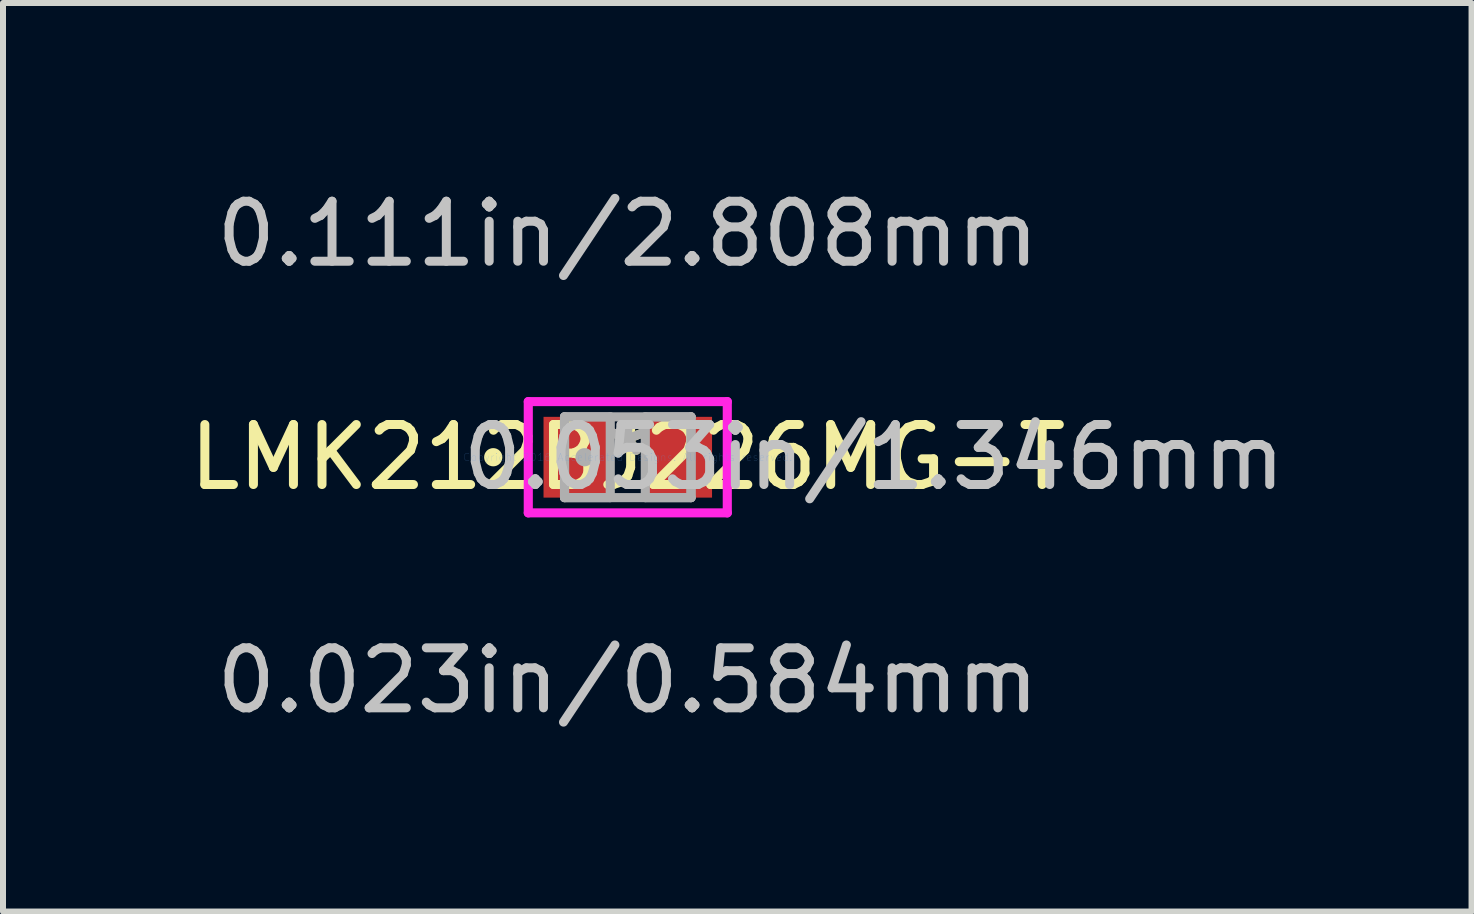
<source format=kicad_pcb>
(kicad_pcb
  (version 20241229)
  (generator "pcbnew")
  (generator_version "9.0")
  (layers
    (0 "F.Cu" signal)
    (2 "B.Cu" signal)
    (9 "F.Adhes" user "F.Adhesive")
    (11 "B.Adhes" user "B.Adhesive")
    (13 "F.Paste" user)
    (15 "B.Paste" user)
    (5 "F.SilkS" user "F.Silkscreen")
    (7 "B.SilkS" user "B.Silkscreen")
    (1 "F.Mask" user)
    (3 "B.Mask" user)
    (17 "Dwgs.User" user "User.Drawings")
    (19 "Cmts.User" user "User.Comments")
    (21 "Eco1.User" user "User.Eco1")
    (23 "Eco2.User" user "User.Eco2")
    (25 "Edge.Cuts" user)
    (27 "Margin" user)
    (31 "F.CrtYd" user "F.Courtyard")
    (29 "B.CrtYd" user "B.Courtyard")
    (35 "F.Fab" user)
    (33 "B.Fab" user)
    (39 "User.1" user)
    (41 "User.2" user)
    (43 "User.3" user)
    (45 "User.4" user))
  (footprint "LMK212BJ226MG-T"
    (layer "F.Cu")
    (at 7.411 4.569)
    (property "Reference" "LMK212BJ226MG-T" (at 0 0 0) (layer "F.SilkS") (effects (font (size 1 1) (thickness 0.15))))
    (attr through_hole)
    (fp_circle (center -2.242 0) (end -2.166 0) (stroke (width 0.152) (type solid)) (fill no) (layer "F.SilkS"))
    (fp_line (start -1.658 -0.927) (end 1.658 -0.927) (stroke (width 0.152) (type solid)) (layer "F.CrtYd"))
    (fp_line (start -1.658 0.927) (end -1.658 -0.927) (stroke (width 0.152) (type solid)) (layer "F.CrtYd"))
    (fp_line (start 1.658 -0.927) (end 1.658 0.927) (stroke (width 0.152) (type solid)) (layer "F.CrtYd"))
    (fp_line (start 1.658 0.927) (end -1.658 0.927) (stroke (width 0.152) (type solid)) (layer "F.CrtYd"))
    (fp_line (start -1.054 -0.673) (end -1.054 0.673) (stroke (width 0.152) (type solid)) (layer "F.Fab"))
    (fp_line (start -1.054 -0.673) (end -1.054 0.673) (stroke (width 0.152) (type solid)) (layer "F.Fab"))
    (fp_line (start -1.054 0.673) (end -0.292 0.673) (stroke (width 0.152) (type solid)) (layer "F.Fab"))
    (fp_line (start -1.054 0.673) (end 1.054 0.673) (stroke (width 0.152) (type solid)) (layer "F.Fab"))
    (fp_line (start -0.292 -0.673) (end -1.054 -0.673) (stroke (width 0.152) (type solid)) (layer "F.Fab"))
    (fp_line (start -0.292 0.673) (end -0.292 -0.673) (stroke (width 0.152) (type solid)) (layer "F.Fab"))
    (fp_line (start 0.292 -0.673) (end 0.292 0.673) (stroke (width 0.152) (type solid)) (layer "F.Fab"))
    (fp_line (start 0.292 0.673) (end 1.054 0.673) (stroke (width 0.152) (type solid)) (layer "F.Fab"))
    (fp_line (start 1.054 -0.673) (end -1.054 -0.673) (stroke (width 0.152) (type solid)) (layer "F.Fab"))
    (fp_line (start 1.054 -0.673) (end 0.292 -0.673) (stroke (width 0.152) (type solid)) (layer "F.Fab"))
    (fp_line (start 1.054 0.673) (end 1.054 -0.673) (stroke (width 0.152) (type solid)) (layer "F.Fab"))
    (fp_line (start 1.054 0.673) (end 1.054 -0.673) (stroke (width 0.152) (type solid)) (layer "F.Fab"))
    (fp_circle (center -0.721 0) (end -0.645 0) (stroke (width 0.152) (type solid)) (fill no) (layer "F.Fab"))
    (fp_text user "*" (at 0 0 0) (layer "F.SilkS") (effects (font (size 1 1) (thickness 0.15))))
    (fp_text user "0.111in/2.808mm" (at 0 -3.721 0) (layer "Dwgs.User") (effects (font (size 1 1) (thickness 0.15))))
    (fp_text user "0.023in/0.584mm" (at 0 3.721 0) (layer "Dwgs.User") (effects (font (size 1 1) (thickness 0.15))))
    (fp_text user "0.053in/1.346mm" (at 4.102 0 0) (layer "Dwgs.User") (effects (font (size 1 1) (thickness 0.15))))
    (fp_text user "Copyright 2016 Accelerated Designs. All rights reserved." (at 0 0 0) (layer "Cmts.User") (effects (font (size 0.127 0.127) (thickness 0.002))))
    (fp_text user "*" (at 0 0 0) (layer "F.Fab") (effects (font (size 1 1) (thickness 0.15))))
    (pad "1" smd rect (at -0.848 0) (size 1.112 1.346) (layers "F.Cu" "F.Mask" "F.Paste"))
    (pad "2" smd rect (at 0.848 0) (size 1.112 1.346) (layers "F.Cu" "F.Mask" "F.Paste")))
  (gr_rect
    (start -3 -3)
    (end 21.471 12.139)
    (stroke (width 0.1) (type default))
    (fill no)
    (layer "Edge.Cuts")))
</source>
